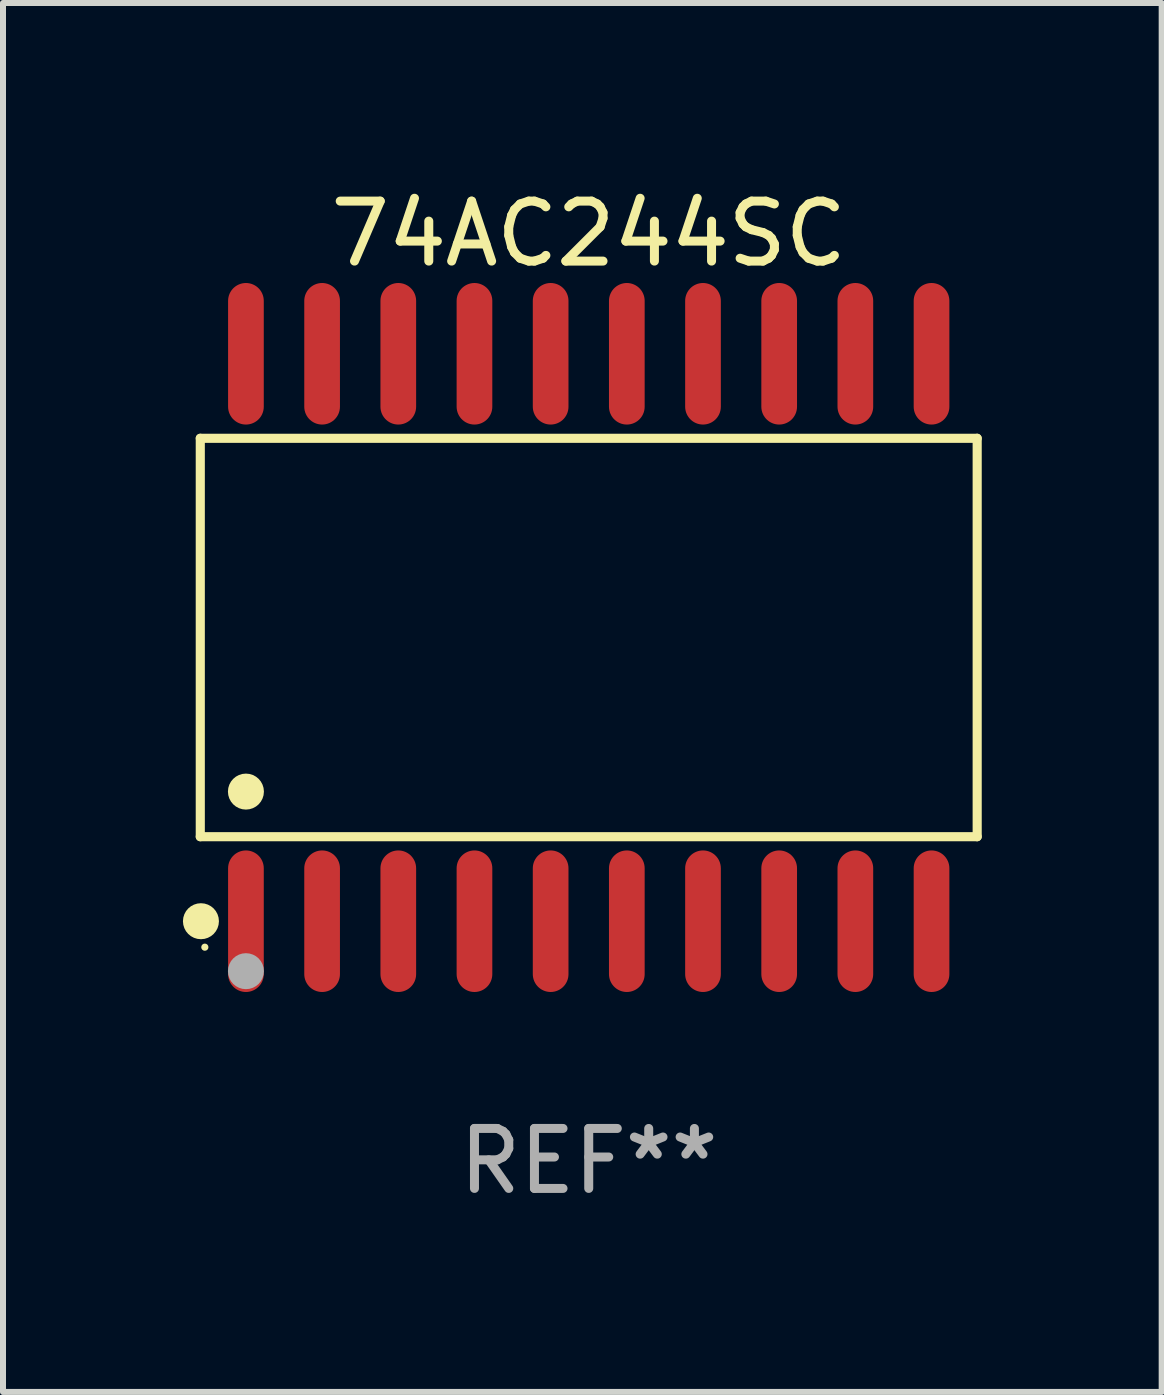
<source format=kicad_pcb>
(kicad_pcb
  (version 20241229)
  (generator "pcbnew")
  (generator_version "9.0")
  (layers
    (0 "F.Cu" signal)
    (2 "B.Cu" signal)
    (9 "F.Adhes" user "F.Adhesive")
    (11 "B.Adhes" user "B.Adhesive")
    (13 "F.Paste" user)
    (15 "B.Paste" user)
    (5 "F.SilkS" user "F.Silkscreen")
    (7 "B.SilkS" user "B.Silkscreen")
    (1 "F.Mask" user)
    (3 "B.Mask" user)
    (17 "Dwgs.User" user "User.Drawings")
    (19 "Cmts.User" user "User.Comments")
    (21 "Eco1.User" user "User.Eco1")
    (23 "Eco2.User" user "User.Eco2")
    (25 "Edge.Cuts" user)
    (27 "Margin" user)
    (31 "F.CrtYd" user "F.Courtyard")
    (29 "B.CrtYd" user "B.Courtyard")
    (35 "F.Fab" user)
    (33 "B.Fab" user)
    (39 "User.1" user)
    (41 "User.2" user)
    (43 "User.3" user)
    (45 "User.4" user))
  (footprint "74AC244SC"
    (layer "F.Cu")
    (at 6.765 7.578)
    (property "Reference" "74AC244SC" (at 0 -6.73 0) (layer "F.SilkS") (effects (font (size 1 1) (thickness 0.15))))
    (attr through_hole)
    (fp_line (start -6.476 -3.321) (end 6.476 -3.321) (stroke (width 0.152) (type solid)) (layer "F.SilkS"))
    (fp_line (start -6.476 3.321) (end -6.476 -3.321) (stroke (width 0.152) (type solid)) (layer "F.SilkS"))
    (fp_line (start 6.476 -3.321) (end 6.476 3.321) (stroke (width 0.152) (type solid)) (layer "F.SilkS"))
    (fp_line (start 6.476 3.321) (end -6.476 3.321) (stroke (width 0.152) (type solid)) (layer "F.SilkS"))
    (fp_circle (center -6.465 4.73) (end -6.315 4.73) (stroke (width 0.3) (type solid)) (fill no) (layer "F.SilkS"))
    (fp_circle (center -6.4 5.163) (end -6.37 5.163) (stroke (width 0.06) (type solid)) (fill no) (layer "F.SilkS"))
    (fp_circle (center -5.715 2.569) (end -5.565 2.569) (stroke (width 0.3) (type solid)) (fill no) (layer "F.SilkS"))
    (fp_circle (center -5.715 5.563) (end -5.565 5.563) (stroke (width 0.3) (type solid)) (fill no) (layer "F.Fab"))
    (fp_text user "REF**" (at 0 8.73 0) (layer "F.Fab") (effects (font (size 1 1) (thickness 0.15))))
    (pad "1" smd oval (at -5.715 4.73) (size 0.595 2.36) (layers "F.Cu" "F.Mask" "F.Paste"))
    (pad "2" smd oval (at -4.445 4.73) (size 0.595 2.36) (layers "F.Cu" "F.Mask" "F.Paste"))
    (pad "3" smd oval (at -3.175 4.73) (size 0.595 2.36) (layers "F.Cu" "F.Mask" "F.Paste"))
    (pad "4" smd oval (at -1.905 4.73) (size 0.595 2.36) (layers "F.Cu" "F.Mask" "F.Paste"))
    (pad "5" smd oval (at -0.635 4.73) (size 0.595 2.36) (layers "F.Cu" "F.Mask" "F.Paste"))
    (pad "6" smd oval (at 0.635 4.73) (size 0.595 2.36) (layers "F.Cu" "F.Mask" "F.Paste"))
    (pad "7" smd oval (at 1.905 4.73) (size 0.595 2.36) (layers "F.Cu" "F.Mask" "F.Paste"))
    (pad "8" smd oval (at 3.175 4.73) (size 0.595 2.36) (layers "F.Cu" "F.Mask" "F.Paste"))
    (pad "9" smd oval (at 4.445 4.73) (size 0.595 2.36) (layers "F.Cu" "F.Mask" "F.Paste"))
    (pad "10" smd oval (at 5.715 4.73) (size 0.595 2.36) (layers "F.Cu" "F.Mask" "F.Paste"))
    (pad "11" smd oval (at 5.715 -4.73) (size 0.595 2.36) (layers "F.Cu" "F.Mask" "F.Paste"))
    (pad "12" smd oval (at 4.445 -4.73) (size 0.595 2.36) (layers "F.Cu" "F.Mask" "F.Paste"))
    (pad "13" smd oval (at 3.175 -4.73) (size 0.595 2.36) (layers "F.Cu" "F.Mask" "F.Paste"))
    (pad "14" smd oval (at 1.905 -4.73) (size 0.595 2.36) (layers "F.Cu" "F.Mask" "F.Paste"))
    (pad "15" smd oval (at 0.635 -4.73) (size 0.595 2.36) (layers "F.Cu" "F.Mask" "F.Paste"))
    (pad "16" smd oval (at -0.635 -4.73) (size 0.595 2.36) (layers "F.Cu" "F.Mask" "F.Paste"))
    (pad "17" smd oval (at -1.905 -4.73) (size 0.595 2.36) (layers "F.Cu" "F.Mask" "F.Paste"))
    (pad "18" smd oval (at -3.175 -4.73) (size 0.595 2.36) (layers "F.Cu" "F.Mask" "F.Paste"))
    (pad "19" smd oval (at -4.445 -4.73) (size 0.595 2.36) (layers "F.Cu" "F.Mask" "F.Paste"))
    (pad "20" smd oval (at -5.715 -4.73) (size 0.595 2.36) (layers "F.Cu" "F.Mask" "F.Paste")))
  (gr_rect
    (start -3 -3)
    (end 16.317 20.156)
    (stroke (width 0.1) (type default))
    (fill no)
    (layer "Edge.Cuts")))
</source>
